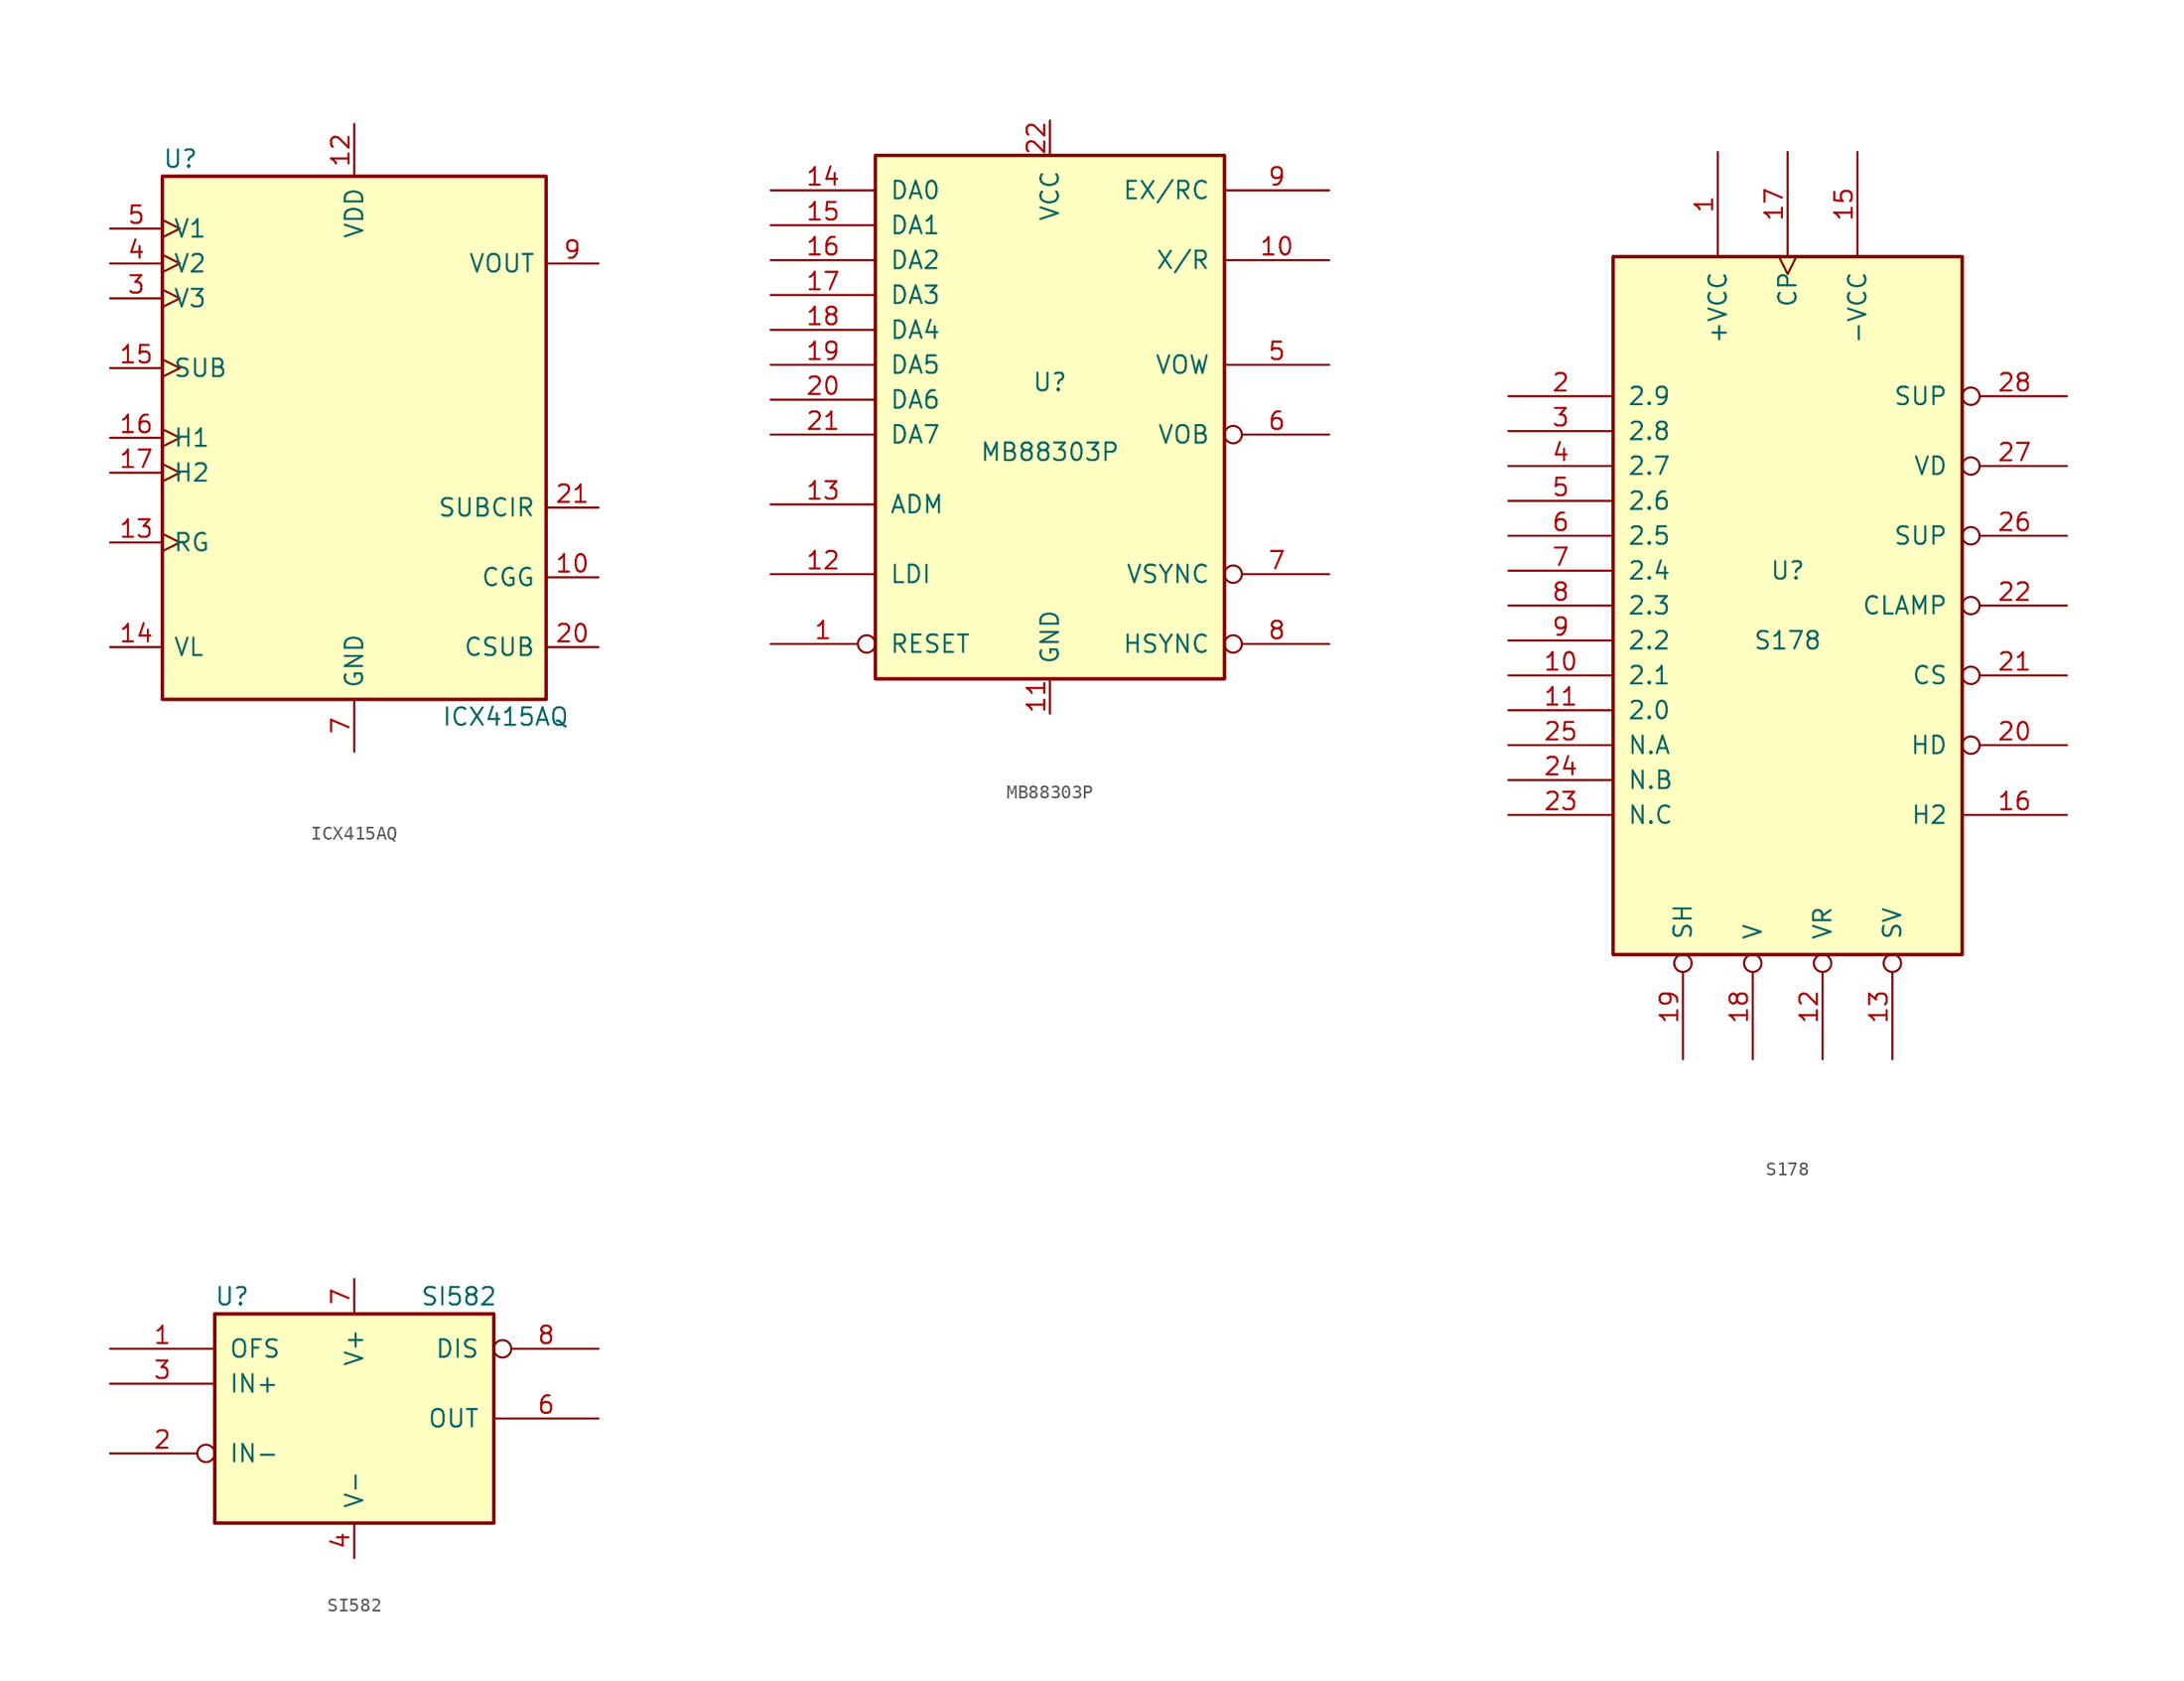
<source format=kicad_sym>
(kicad_symbol_lib
  (version 20220914)
  (generator kicad_symbol_editor)
  (symbol "ICX415AQ"
    (pin_names
      (offset 0.762))
    (property "Reference" "U"
      (at -13.97 20.32 0)
      (effects (font (size 1.27 1.27)) (justify left)))
    (property "Value" "ICX415AQ"
      (at 6.35 -20.32 0)
      (effects (font (size 1.27 1.27)) (justify left)))
    (symbol "ICX415AQ_0_1"
      (rectangle (start -13.97 19.05) (end 13.97 -19.05) (stroke (width 0.254) (type default)) (fill (type background))))
    (symbol "ICX415AQ_1_1"
      (pin input line (at 17.78 -10.16 180) (length 3.81) (name "CGG" (effects (font (size 1.27 1.27)))) (number "10" (effects (font (size 1.27 1.27)))))
      (pin power_in line (at 0 22.86 270) (length 3.81) (name "VDD" (effects (font (size 1.27 1.27)))) (number "12" (effects (font (size 1.27 1.27)))))
      (pin input clock (at -17.78 -7.62 0) (length 3.81) (name "RG" (effects (font (size 1.27 1.27)))) (number "13" (effects (font (size 1.27 1.27)))))
      (pin power_in line (at -17.78 -15.24 0) (length 3.81) (name "VL" (effects (font (size 1.27 1.27)))) (number "14" (effects (font (size 1.27 1.27)))))
      (pin input clock (at -17.78 5.08 0) (length 3.81) (name "SUB" (effects (font (size 1.27 1.27)))) (number "15" (effects (font (size 1.27 1.27)))))
      (pin input clock (at -17.78 0 0) (length 3.81) (name "H1" (effects (font (size 1.27 1.27)))) (number "16" (effects (font (size 1.27 1.27)))))
      (pin input clock (at -17.78 -2.54 0) (length 3.81) (name "H2" (effects (font (size 1.27 1.27)))) (number "17" (effects (font (size 1.27 1.27)))))
      (pin input line (at 17.78 -15.24 180) (length 3.81) (name "CSUB" (effects (font (size 1.27 1.27)))) (number "20" (effects (font (size 1.27 1.27)))))
      (pin power_in line (at 17.78 -5.08 180) (length 3.81) (name "SUBCIR" (effects (font (size 1.27 1.27)))) (number "21" (effects (font (size 1.27 1.27)))))
      (pin input clock (at -17.78 10.16 0) (length 3.81) (name "V3" (effects (font (size 1.27 1.27)))) (number "3" (effects (font (size 1.27 1.27)))))
      (pin input clock (at -17.78 12.7 0) (length 3.81) (name "V2" (effects (font (size 1.27 1.27)))) (number "4" (effects (font (size 1.27 1.27)))))
      (pin input clock (at -17.78 15.24 0) (length 3.81) (name "V1" (effects (font (size 1.27 1.27)))) (number "5" (effects (font (size 1.27 1.27)))))
      (pin power_in line (at 0 -22.86 90) (length 3.81) (name "GND" (effects (font (size 1.27 1.27)))) (number "7" (effects (font (size 1.27 1.27)))))
      (pin output line (at 17.78 12.7 180) (length 3.81) (name "VOUT" (effects (font (size 1.27 1.27)))) (number "9" (effects (font (size 1.27 1.27)))))))
  (symbol "MB88303P"
    (pin_names
      (offset 1.016))
    (property "Reference" "U"
      (at 0 2.54 0)
      (effects (font (size 1.27 1.27))))
    (property "Value" "MB88303P"
      (at 0 -2.54 0)
      (effects (font (size 1.27 1.27))))
    (symbol "MB88303P_0_1"
      (rectangle (start -12.7 -19.05) (end 12.7 19.05) (stroke (width 0.254) (type default)) (fill (type background))))
    (symbol "MB88303P_1_1"
      (pin input inverted (at -20.32 -16.51 0) (length 7.62) (name "RESET" (effects (font (size 1.27 1.27)))) (number "1" (effects (font (size 1.27 1.27)))))
      (pin output line (at 20.32 11.43 180) (length 7.62) (name "X/R" (effects (font (size 1.27 1.27)))) (number "10" (effects (font (size 1.27 1.27)))))
      (pin power_in line (at 0 -21.59 90) (length 2.54) (name "GND" (effects (font (size 1.27 1.27)))) (number "11" (effects (font (size 1.27 1.27)))))
      (pin input line (at -20.32 -11.43 0) (length 7.62) (name "LDI" (effects (font (size 1.27 1.27)))) (number "12" (effects (font (size 1.27 1.27)))))
      (pin input line (at -20.32 -6.35 0) (length 7.62) (name "ADM" (effects (font (size 1.27 1.27)))) (number "13" (effects (font (size 1.27 1.27)))))
      (pin input line (at -20.32 16.51 0) (length 7.62) (name "DA0" (effects (font (size 1.27 1.27)))) (number "14" (effects (font (size 1.27 1.27)))))
      (pin input line (at -20.32 13.97 0) (length 7.62) (name "DA1" (effects (font (size 1.27 1.27)))) (number "15" (effects (font (size 1.27 1.27)))))
      (pin input line (at -20.32 11.43 0) (length 7.62) (name "DA2" (effects (font (size 1.27 1.27)))) (number "16" (effects (font (size 1.27 1.27)))))
      (pin input line (at -20.32 8.89 0) (length 7.62) (name "DA3" (effects (font (size 1.27 1.27)))) (number "17" (effects (font (size 1.27 1.27)))))
      (pin input line (at -20.32 6.35 0) (length 7.62) (name "DA4" (effects (font (size 1.27 1.27)))) (number "18" (effects (font (size 1.27 1.27)))))
      (pin input line (at -20.32 3.81 0) (length 7.62) (name "DA5" (effects (font (size 1.27 1.27)))) (number "19" (effects (font (size 1.27 1.27)))))
      (pin input line (at -20.32 1.27 0) (length 7.62) (name "DA6" (effects (font (size 1.27 1.27)))) (number "20" (effects (font (size 1.27 1.27)))))
      (pin input line (at -20.32 -1.27 0) (length 7.62) (name "DA7" (effects (font (size 1.27 1.27)))) (number "21" (effects (font (size 1.27 1.27)))))
      (pin power_in line (at 0 21.59 270) (length 2.54) (name "VCC" (effects (font (size 1.27 1.27)))) (number "22" (effects (font (size 1.27 1.27)))))
      (pin output line (at 20.32 3.81 180) (length 7.62) (name "VOW" (effects (font (size 1.27 1.27)))) (number "5" (effects (font (size 1.27 1.27)))))
      (pin output inverted (at 20.32 -1.27 180) (length 7.62) (name "VOB" (effects (font (size 1.27 1.27)))) (number "6" (effects (font (size 1.27 1.27)))))
      (pin input inverted (at 20.32 -11.43 180) (length 7.62) (name "VSYNC" (effects (font (size 1.27 1.27)))) (number "7" (effects (font (size 1.27 1.27)))))
      (pin input inverted (at 20.32 -16.51 180) (length 7.62) (name "HSYNC" (effects (font (size 1.27 1.27)))) (number "8" (effects (font (size 1.27 1.27)))))
      (pin input line (at 20.32 16.51 180) (length 7.62) (name "EX/RC" (effects (font (size 1.27 1.27)))) (number "9" (effects (font (size 1.27 1.27)))))))
  (symbol "S178"
    (pin_names
      (offset 1.016))
    (property "Reference" "U"
      (at 0 2.54 0)
      (effects (font (size 1.27 1.27))))
    (property "Value" "S178"
      (at 0 -2.54 0)
      (effects (font (size 1.27 1.27))))
    (symbol "S178_0_1"
      (rectangle (start -12.7 -25.4) (end 12.7 25.4) (stroke (width 0.254) (type default)) (fill (type background))))
    (symbol "S178_1_1"
      (pin input line (at -5.08 33.02 270) (length 7.62) (name "+VCC" (effects (font (size 1.27 1.27)))) (number "1" (effects (font (size 1.27 1.27)))))
      (pin input line (at -20.32 -5.08 0) (length 7.62) (name "2.1" (effects (font (size 1.27 1.27)))) (number "10" (effects (font (size 1.27 1.27)))))
      (pin input line (at -20.32 -7.62 0) (length 7.62) (name "2.0" (effects (font (size 1.27 1.27)))) (number "11" (effects (font (size 1.27 1.27)))))
      (pin input inverted (at 2.54 -33.02 90) (length 7.62) (name "VR" (effects (font (size 1.27 1.27)))) (number "12" (effects (font (size 1.27 1.27)))))
      (pin input inverted (at 7.62 -33.02 90) (length 7.62) (name "SV" (effects (font (size 1.27 1.27)))) (number "13" (effects (font (size 1.27 1.27)))))
      (pin input line (at 5.08 33.02 270) (length 7.62) (name "-VCC" (effects (font (size 1.27 1.27)))) (number "15" (effects (font (size 1.27 1.27)))))
      (pin output line (at 20.32 -15.24 180) (length 7.62) (name "H2" (effects (font (size 1.27 1.27)))) (number "16" (effects (font (size 1.27 1.27)))))
      (pin input clock (at 0 33.02 270) (length 7.62) (name "CP" (effects (font (size 1.27 1.27)))) (number "17" (effects (font (size 1.27 1.27)))))
      (pin input inverted (at -2.54 -33.02 90) (length 7.62) (name "V" (effects (font (size 1.27 1.27)))) (number "18" (effects (font (size 1.27 1.27)))))
      (pin input inverted (at -7.62 -33.02 90) (length 7.62) (name "SH" (effects (font (size 1.27 1.27)))) (number "19" (effects (font (size 1.27 1.27)))))
      (pin input line (at -20.32 15.24 0) (length 7.62) (name "2.9" (effects (font (size 1.27 1.27)))) (number "2" (effects (font (size 1.27 1.27)))))
      (pin output inverted (at 20.32 -10.16 180) (length 7.62) (name "HD" (effects (font (size 1.27 1.27)))) (number "20" (effects (font (size 1.27 1.27)))))
      (pin output inverted (at 20.32 -5.08 180) (length 7.62) (name "CS" (effects (font (size 1.27 1.27)))) (number "21" (effects (font (size 1.27 1.27)))))
      (pin output inverted (at 20.32 0 180) (length 7.62) (name "CLAMP" (effects (font (size 1.27 1.27)))) (number "22" (effects (font (size 1.27 1.27)))))
      (pin input line (at -20.32 -15.24 0) (length 7.62) (name "N.C" (effects (font (size 1.27 1.27)))) (number "23" (effects (font (size 1.27 1.27)))))
      (pin input line (at -20.32 -12.7 0) (length 7.62) (name "N.B" (effects (font (size 1.27 1.27)))) (number "24" (effects (font (size 1.27 1.27)))))
      (pin input line (at -20.32 -10.16 0) (length 7.62) (name "N.A" (effects (font (size 1.27 1.27)))) (number "25" (effects (font (size 1.27 1.27)))))
      (pin output inverted (at 20.32 5.08 180) (length 7.62) (name "SUP" (effects (font (size 1.27 1.27)))) (number "26" (effects (font (size 1.27 1.27)))))
      (pin output inverted (at 20.32 10.16 180) (length 7.62) (name "VD" (effects (font (size 1.27 1.27)))) (number "27" (effects (font (size 1.27 1.27)))))
      (pin output inverted (at 20.32 15.24 180) (length 7.62) (name "SUP" (effects (font (size 1.27 1.27)))) (number "28" (effects (font (size 1.27 1.27)))))
      (pin input line (at -20.32 12.7 0) (length 7.62) (name "2.8" (effects (font (size 1.27 1.27)))) (number "3" (effects (font (size 1.27 1.27)))))
      (pin input line (at -20.32 10.16 0) (length 7.62) (name "2.7" (effects (font (size 1.27 1.27)))) (number "4" (effects (font (size 1.27 1.27)))))
      (pin input line (at -20.32 7.62 0) (length 7.62) (name "2.6" (effects (font (size 1.27 1.27)))) (number "5" (effects (font (size 1.27 1.27)))))
      (pin input line (at -20.32 5.08 0) (length 7.62) (name "2.5" (effects (font (size 1.27 1.27)))) (number "6" (effects (font (size 1.27 1.27)))))
      (pin input line (at -20.32 2.54 0) (length 7.62) (name "2.4" (effects (font (size 1.27 1.27)))) (number "7" (effects (font (size 1.27 1.27)))))
      (pin input line (at -20.32 0 0) (length 7.62) (name "2.3" (effects (font (size 1.27 1.27)))) (number "8" (effects (font (size 1.27 1.27)))))
      (pin input line (at -20.32 -2.54 0) (length 7.62) (name "2.2" (effects (font (size 1.27 1.27)))) (number "9" (effects (font (size 1.27 1.27)))))))
  (symbol "SI582"
    (pin_names
      (offset 1.016))
    (property "Reference" "U"
      (at -8.89 8.89 0)
      (effects (font (size 1.27 1.27))))
    (property "Value" "SI582"
      (at 7.62 8.89 0)
      (effects (font (size 1.27 1.27))))
    (symbol "SI582_0_1"
      (rectangle (start -10.16 -7.62) (end 10.16 7.62) (stroke (width 0.254) (type default)) (fill (type background))))
    (symbol "SI582_1_1"
      (pin input line (at -17.78 5.08 0) (length 7.62) (name "OFS" (effects (font (size 1.27 1.27)))) (number "1" (effects (font (size 1.27 1.27)))))
      (pin input inverted (at -17.78 -2.54 0) (length 7.62) (name "IN-" (effects (font (size 1.27 1.27)))) (number "2" (effects (font (size 1.27 1.27)))))
      (pin input line (at -17.78 2.54 0) (length 7.62) (name "IN+" (effects (font (size 1.27 1.27)))) (number "3" (effects (font (size 1.27 1.27)))))
      (pin power_in line (at 0 -10.16 90) (length 2.54) (name "V-" (effects (font (size 1.27 1.27)))) (number "4" (effects (font (size 1.27 1.27)))))
      (pin input line (at 17.78 0 180) (length 7.62) (name "OUT" (effects (font (size 1.27 1.27)))) (number "6" (effects (font (size 1.27 1.27)))))
      (pin power_in line (at 0 10.16 270) (length 2.54) (name "V+" (effects (font (size 1.27 1.27)))) (number "7" (effects (font (size 1.27 1.27)))))
      (pin input inverted (at 17.78 5.08 180) (length 7.62) (name "DIS" (effects (font (size 1.27 1.27)))) (number "8" (effects (font (size 1.27 1.27))))))))
</source>
